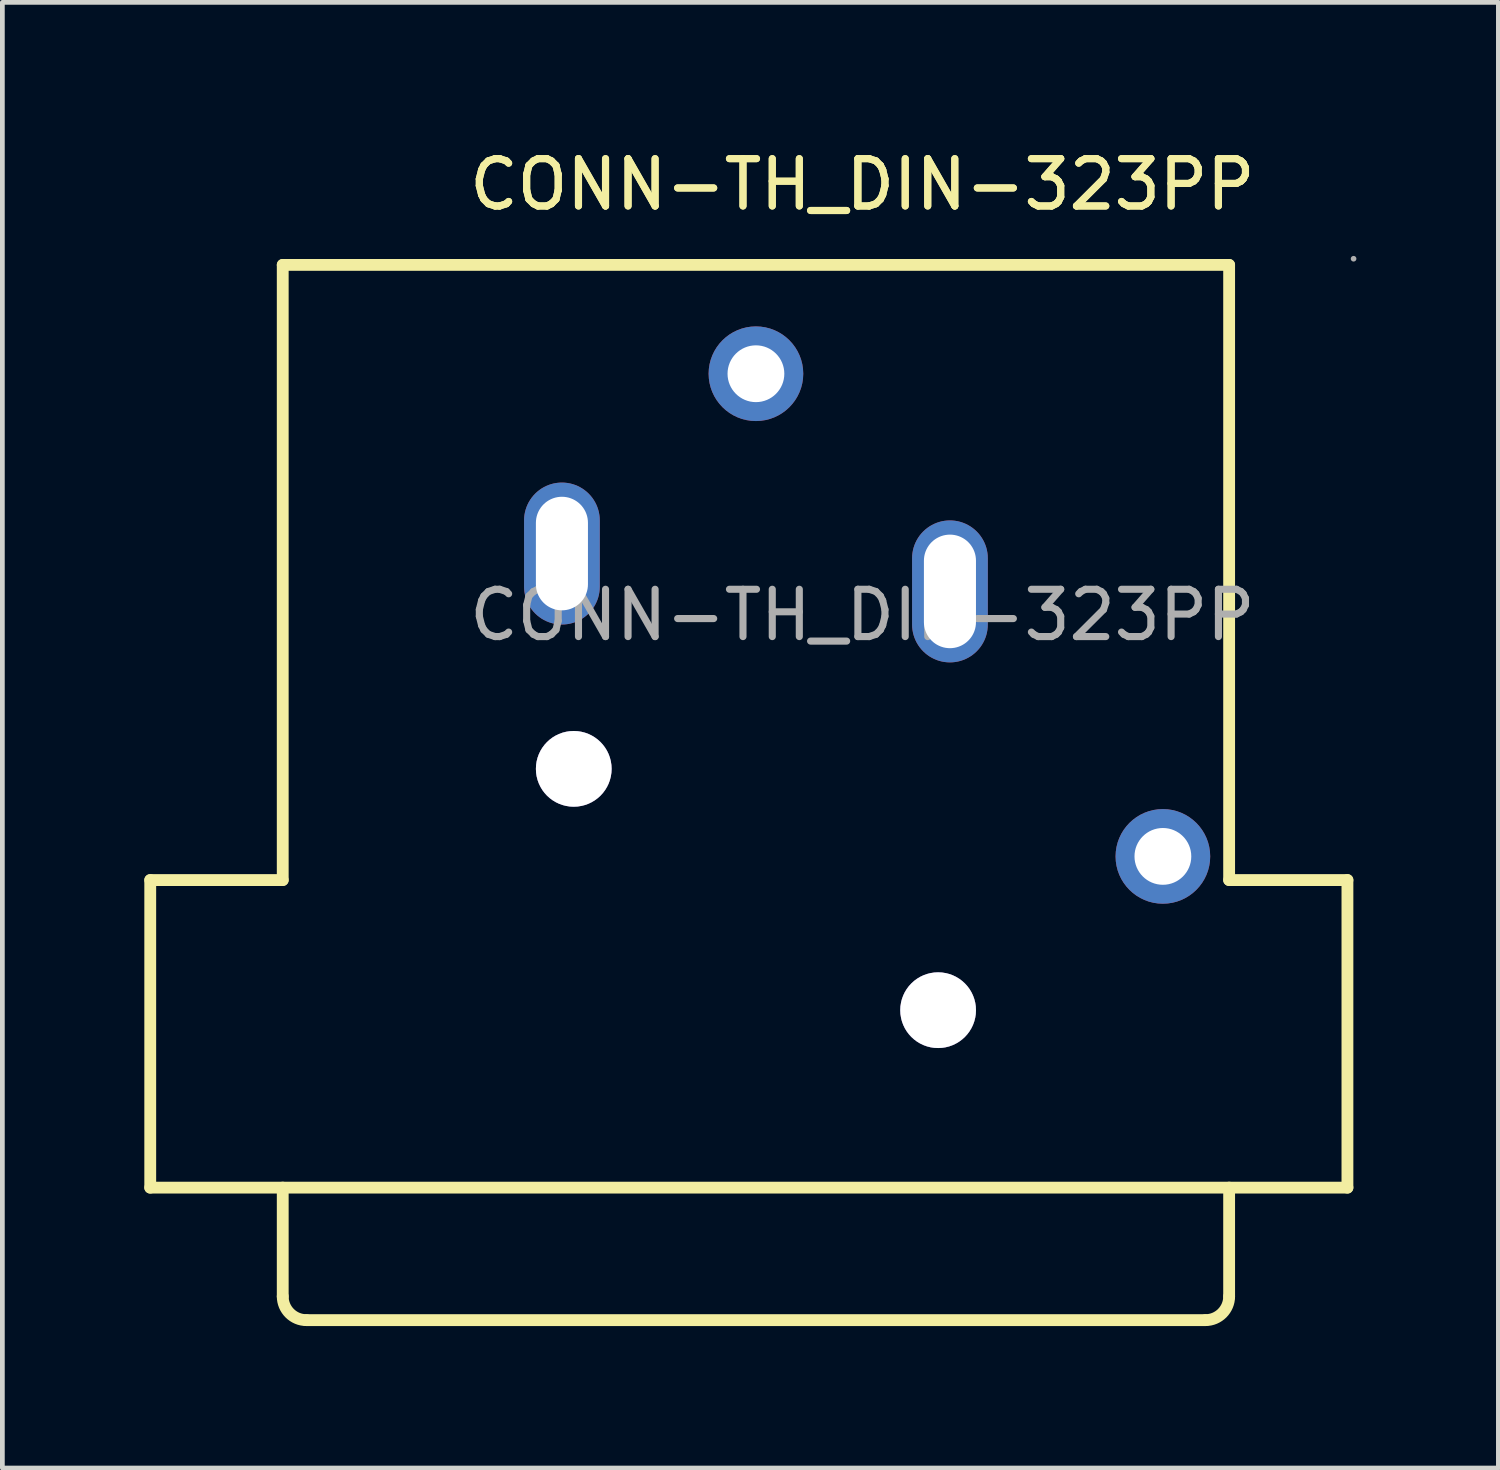
<source format=kicad_pcb>
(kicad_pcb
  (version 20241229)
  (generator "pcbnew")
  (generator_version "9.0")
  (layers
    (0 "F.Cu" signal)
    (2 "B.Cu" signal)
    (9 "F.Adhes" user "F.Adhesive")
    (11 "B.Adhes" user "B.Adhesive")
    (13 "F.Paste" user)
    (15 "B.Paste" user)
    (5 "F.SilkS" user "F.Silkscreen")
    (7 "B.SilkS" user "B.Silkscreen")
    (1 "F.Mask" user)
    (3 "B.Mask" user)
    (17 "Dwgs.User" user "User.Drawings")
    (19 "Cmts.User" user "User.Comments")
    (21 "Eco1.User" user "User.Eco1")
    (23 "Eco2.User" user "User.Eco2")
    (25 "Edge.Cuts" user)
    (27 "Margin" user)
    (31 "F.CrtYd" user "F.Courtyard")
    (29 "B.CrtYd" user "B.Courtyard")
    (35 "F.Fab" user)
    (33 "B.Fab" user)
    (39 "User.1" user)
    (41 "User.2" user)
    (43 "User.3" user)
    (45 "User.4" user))
  (footprint "CONN-TH_DIN-323PP"
    (layer "F.Cu")
    (at 15.175 9.948)
    (property "Reference" "CONN-TH_DIN-323PP" (at 0 -9.1 0) (layer "F.SilkS") (effects (font (size 1 1) (thickness 0.15))))
    (attr through_hole)
    (fp_line (start -15.05 12.1) (end -15.05 5.6) (stroke (width 0.25) (type solid)) (layer "F.SilkS"))
    (fp_line (start -12.25 5.6) (end -15.05 5.6) (stroke (width 0.25) (type solid)) (layer "F.SilkS"))
    (fp_line (start -12.25 5.6) (end -12.25 -7.4) (stroke (width 0.25) (type solid)) (layer "F.SilkS"))
    (fp_line (start -12.25 12.1) (end -12.25 14.4) (stroke (width 0.25) (type solid)) (layer "F.SilkS"))
    (fp_line (start 7.25 14.9) (end -11.75 14.9) (stroke (width 0.25) (type solid)) (layer "F.SilkS"))
    (fp_line (start 7.75 -7.4) (end -12.25 -7.4) (stroke (width 0.25) (type solid)) (layer "F.SilkS"))
    (fp_line (start 7.75 5.6) (end 7.75 -7.4) (stroke (width 0.25) (type solid)) (layer "F.SilkS"))
    (fp_line (start 7.75 12.1) (end 7.75 14.4) (stroke (width 0.25) (type solid)) (layer "F.SilkS"))
    (fp_line (start 10.25 5.6) (end 7.75 5.6) (stroke (width 0.25) (type solid)) (layer "F.SilkS"))
    (fp_line (start 10.25 12.1) (end -15.05 12.1) (stroke (width 0.25) (type solid)) (layer "F.SilkS"))
    (fp_line (start 10.25 12.1) (end 10.25 5.6) (stroke (width 0.25) (type solid)) (layer "F.SilkS"))
    (fp_arc (start -11.75 14.9) (mid -12.103553 14.753553) (end -12.25 14.4) (stroke (width 0.25) (type solid)) (layer "F.SilkS"))
    (fp_arc (start 7.75 14.4) (mid 7.603553 14.753553) (end 7.25 14.9) (stroke (width 0.25) (type solid)) (layer "F.SilkS"))
    (fp_circle (center -6.1 3.25) (end -5.75 3.25) (stroke (width 0.7) (type solid)) (fill no) (layer "F.Fab"))
    (fp_circle (center -2.25 -5.1) (end -2 -5.1) (stroke (width 0.5) (type solid)) (fill no) (layer "F.Fab"))
    (fp_circle (center 1.6 8.35) (end 1.95 8.35) (stroke (width 0.7) (type solid)) (fill no) (layer "F.Fab"))
    (fp_circle (center 6.35 5.1) (end 6.6 5.1) (stroke (width 0.5) (type solid)) (fill no) (layer "F.Fab"))
    (fp_circle (center 10.38 -7.53) (end 10.41 -7.53) (stroke (width 0.06) (type solid)) (fill no) (layer "F.Fab"))
    (fp_text user "${REFERENCE}" (at 0 -9.1 0) (layer "F.SilkS") (effects (font (size 1 1) (thickness 0.15))))
    (fp_text user "${REFERENCE}" (at 0 0 0) (layer "F.Fab") (effects (font (size 1 1) (thickness 0.15))))
    (pad "" thru_hole circle (at -6.1 3.25) (size 1.6 1.6) (drill 1.6) (layers "*.Cu" "*.Mask"))
    (pad "" thru_hole circle (at 1.6 8.35) (size 1.6 1.6) (drill 1.6) (layers "*.Cu" "*.Mask"))
    (pad "1" thru_hole oval (at 1.85 -0.5) (size 1.6 3) (drill oval 1.1 2.4) (layers "*.Cu" "*.Mask"))
    (pad "2" thru_hole oval (at -6.35 -1.3) (size 1.6 3) (drill oval 1.1 2.4) (layers "*.Cu" "*.Mask"))
    (pad "3" thru_hole circle (at -2.25 -5.1) (size 2 2) (drill 1.2) (layers "*.Cu" "*.Mask"))
    (pad "G" thru_hole circle (at 6.35 5.1) (size 2 2) (drill 1.2) (layers "*.Cu" "*.Mask")))
  (gr_rect
    (start -3 -3)
    (end 28.615 27.973)
    (stroke (width 0.1) (type default))
    (fill no)
    (layer "Edge.Cuts")))
</source>
